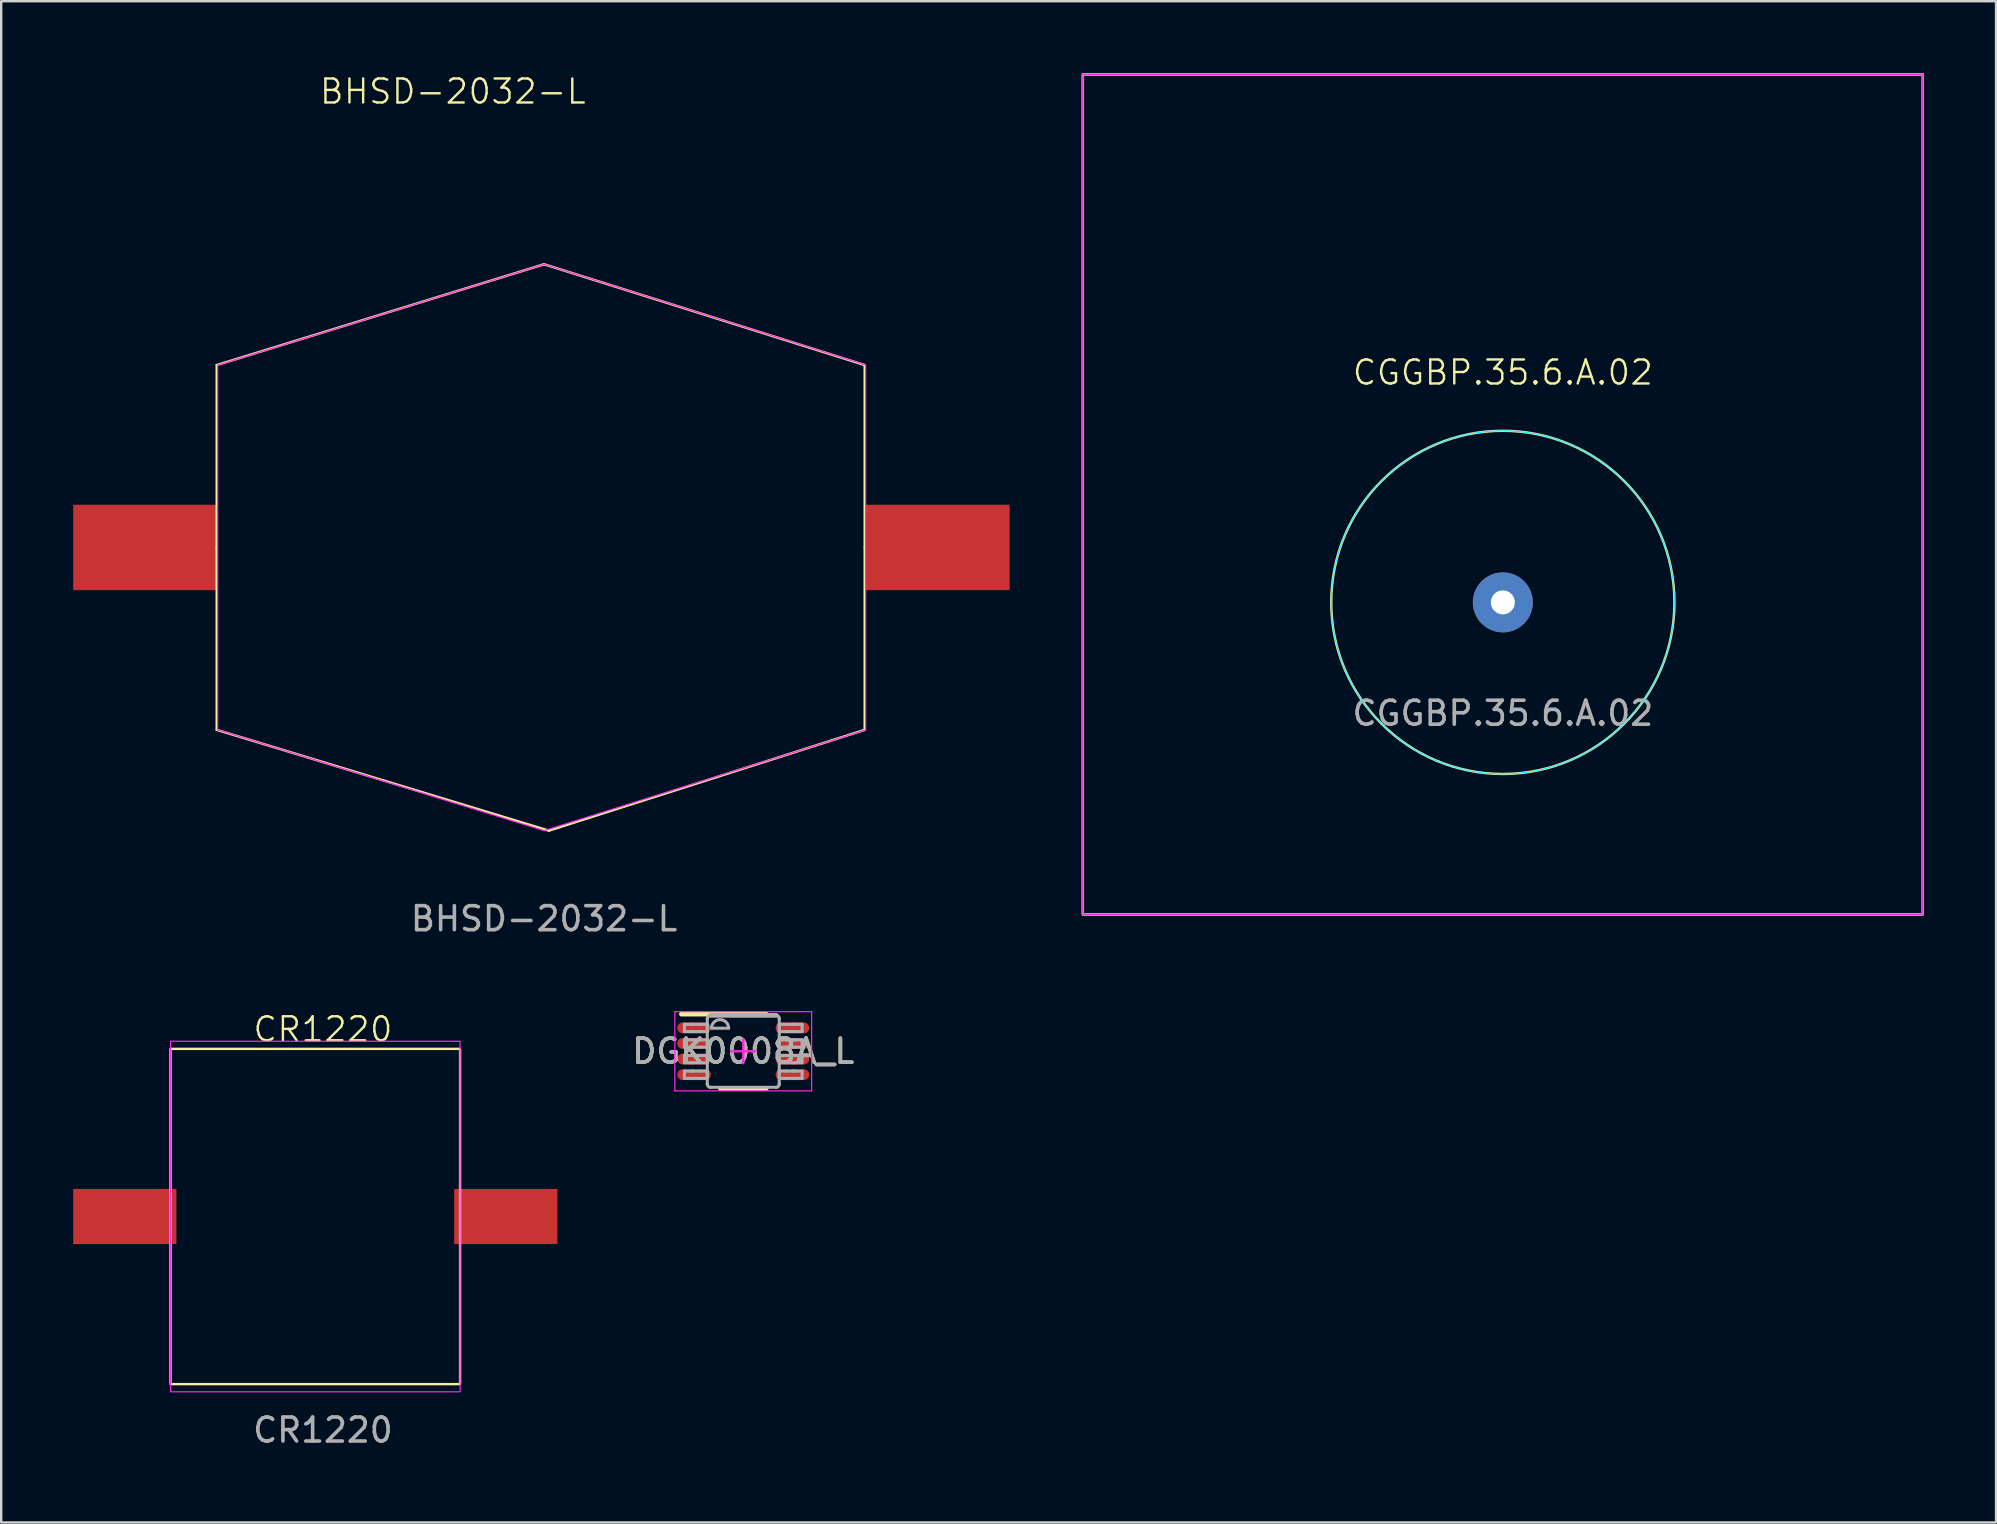
<source format=kicad_pcb>
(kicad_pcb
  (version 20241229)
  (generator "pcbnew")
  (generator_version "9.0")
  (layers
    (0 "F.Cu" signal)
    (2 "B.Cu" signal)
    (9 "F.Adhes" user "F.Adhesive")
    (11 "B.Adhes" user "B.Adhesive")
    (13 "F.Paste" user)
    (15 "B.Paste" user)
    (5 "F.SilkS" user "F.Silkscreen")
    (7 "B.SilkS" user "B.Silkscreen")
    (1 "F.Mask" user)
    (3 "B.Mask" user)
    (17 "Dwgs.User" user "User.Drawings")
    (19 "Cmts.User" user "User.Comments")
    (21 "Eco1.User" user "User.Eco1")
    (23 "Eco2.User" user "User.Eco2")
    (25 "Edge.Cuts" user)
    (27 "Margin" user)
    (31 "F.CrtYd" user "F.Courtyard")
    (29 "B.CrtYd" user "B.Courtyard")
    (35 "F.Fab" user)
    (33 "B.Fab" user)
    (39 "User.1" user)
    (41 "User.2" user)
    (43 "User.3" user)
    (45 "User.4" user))
  (footprint "BHSD-2032-L"
    (layer "F.Cu")
    (at 19.62 19.761)
    (property "Reference" "BHSD-2032-L" (at -3.8 -19 0) (unlocked yes) (layer "F.SilkS") (effects (font (size 1 1) (thickness 0.1))))
    (attr smd)
    (fp_line (start -13.64 -7.6) (end 0 -11.8) (stroke (width 0.1) (type default)) (layer "F.SilkS"))
    (fp_line (start -13.64 0) (end -13.64 -7.6) (stroke (width 0.1) (type default)) (layer "F.SilkS"))
    (fp_line (start -13.64 0) (end -13.64 7.6) (stroke (width 0.1) (type default)) (layer "F.SilkS"))
    (fp_line (start -13.64 7.6) (end 0.2 11.8) (stroke (width 0.1) (type default)) (layer "F.SilkS"))
    (fp_line (start 0 -11.8) (end 13.36 -7.6) (stroke (width 0.1) (type default)) (layer "F.SilkS"))
    (fp_line (start 0.2 11.8) (end 13.36 7.6) (stroke (width 0.1) (type default)) (layer "F.SilkS"))
    (fp_line (start 13.36 0) (end 13.36 -7.6) (stroke (width 0.1) (type default)) (layer "F.SilkS"))
    (fp_line (start 13.36 0) (end 13.36 7.6) (stroke (width 0.1) (type default)) (layer "F.SilkS"))
    (fp_line (start -13.6 -7.6) (end -13.6 7.6) (stroke (width 0.05) (type default)) (layer "F.CrtYd"))
    (fp_line (start -13.6 7.6) (end 0 11.8) (stroke (width 0.05) (type default)) (layer "F.CrtYd"))
    (fp_line (start 0 -11.8) (end -13.6 -7.6) (stroke (width 0.05) (type default)) (layer "F.CrtYd"))
    (fp_line (start 0 11.8) (end 13.4 7.6) (stroke (width 0.05) (type default)) (layer "F.CrtYd"))
    (fp_line (start 13.4 -7.6) (end 0 -11.8) (stroke (width 0.05) (type default)) (layer "F.CrtYd"))
    (fp_line (start 13.4 7.6) (end 13.4 -7.6) (stroke (width 0.05) (type default)) (layer "F.CrtYd"))
    (fp_text user "${REFERENCE}" (at 0 15.47 0) (unlocked yes) (layer "F.Fab") (effects (font (size 1 1) (thickness 0.15))))
    (pad "1" smd rect (at -16.62 0) (size 6 3.56) (layers "F.Cu" "F.Mask" "F.Paste"))
    (pad "2" smd rect (at 16.4 0) (size 6 3.56) (layers "F.Cu" "F.Mask" "F.Paste")))
  (footprint "DGK0008A_L"
    (layer "F.Cu")
    (at 27.919 40.754)
    (property "Reference" "DGK0008A_L" (at 0 0 0) (unlocked yes) (layer "F.SilkS") (effects (font (size 1 1) (thickness 0.15))))
    (attr smd)
    (fp_line (start -2.575 -1.55) (end 0.95 -1.55) (stroke (width 0.2) (type solid)) (layer "F.SilkS"))
    (fp_line (start -0.95 1.55) (end 0.95 1.55) (stroke (width 0.2) (type solid)) (layer "F.SilkS"))
    (fp_line (start -2.85 -1.65) (end 2.85 -1.65) (stroke (width 0.05) (type solid)) (layer "F.CrtYd"))
    (fp_line (start -2.85 1.65) (end -2.85 -1.65) (stroke (width 0.05) (type solid)) (layer "F.CrtYd"))
    (fp_line (start -2.85 1.65) (end 2.85 1.65) (stroke (width 0.05) (type solid)) (layer "F.CrtYd"))
    (fp_line (start -0.5 -0.000003) (end 0.5 -0.000003) (stroke (width 0.1) (type solid)) (layer "F.CrtYd"))
    (fp_line (start 0.000003 0.5) (end 0.000003 -0.5) (stroke (width 0.1) (type solid)) (layer "F.CrtYd"))
    (fp_line (start 2.85 1.65) (end 2.85 -1.65) (stroke (width 0.05) (type solid)) (layer "F.CrtYd"))
    (fp_line (start -2.45 -1.125) (end -2.21 -1.125) (stroke (width 0.127) (type solid)) (layer "F.Fab"))
    (fp_line (start -2.45 -0.82) (end -2.45 -1.125) (stroke (width 0.127) (type solid)) (layer "F.Fab"))
    (fp_line (start -2.45 -0.82) (end -2.21 -0.82) (stroke (width 0.127) (type solid)) (layer "F.Fab"))
    (fp_line (start -2.45 -0.475) (end -2.21 -0.475) (stroke (width 0.127) (type solid)) (layer "F.Fab"))
    (fp_line (start -2.45 -0.17) (end -2.45 -0.475) (stroke (width 0.127) (type solid)) (layer "F.Fab"))
    (fp_line (start -2.45 -0.17) (end -2.21 -0.17) (stroke (width 0.127) (type solid)) (layer "F.Fab"))
    (fp_line (start -2.45 0.175) (end -2.21 0.175) (stroke (width 0.127) (type solid)) (layer "F.Fab"))
    (fp_line (start -2.45 0.48) (end -2.45 0.175) (stroke (width 0.127) (type solid)) (layer "F.Fab"))
    (fp_line (start -2.45 0.48) (end -2.21 0.48) (stroke (width 0.127) (type solid)) (layer "F.Fab"))
    (fp_line (start -2.45 0.826) (end -2.21 0.826) (stroke (width 0.127) (type solid)) (layer "F.Fab"))
    (fp_line (start -2.45 1.131) (end -2.45 0.826) (stroke (width 0.127) (type solid)) (layer "F.Fab"))
    (fp_line (start -2.45 1.131) (end -2.21 1.131) (stroke (width 0.127) (type solid)) (layer "F.Fab"))
    (fp_line (start -2.21 -1.125) (end -2.091 -1.125) (stroke (width 0.127) (type solid)) (layer "F.Fab"))
    (fp_line (start -2.21 -0.82) (end -2.091 -0.82) (stroke (width 0.127) (type solid)) (layer "F.Fab"))
    (fp_line (start -2.21 -0.475) (end -2.091 -0.475) (stroke (width 0.127) (type solid)) (layer "F.Fab"))
    (fp_line (start -2.21 -0.17) (end -2.091 -0.17) (stroke (width 0.127) (type solid)) (layer "F.Fab"))
    (fp_line (start -2.21 0.175) (end -2.091 0.175) (stroke (width 0.127) (type solid)) (layer "F.Fab"))
    (fp_line (start -2.21 0.48) (end -2.091 0.48) (stroke (width 0.127) (type solid)) (layer "F.Fab"))
    (fp_line (start -2.21 0.826) (end -2.091 0.826) (stroke (width 0.127) (type solid)) (layer "F.Fab"))
    (fp_line (start -2.21 1.131) (end -2.091 1.131) (stroke (width 0.127) (type solid)) (layer "F.Fab"))
    (fp_line (start -2.091 -1.125) (end -2.087 -1.125) (stroke (width 0.127) (type solid)) (layer "F.Fab"))
    (fp_line (start -2.091 -0.82) (end -2.087 -0.82) (stroke (width 0.127) (type solid)) (layer "F.Fab"))
    (fp_line (start -2.091 -0.475) (end -2.087 -0.475) (stroke (width 0.127) (type solid)) (layer "F.Fab"))
    (fp_line (start -2.091 -0.17) (end -2.087 -0.17) (stroke (width 0.127) (type solid)) (layer "F.Fab"))
    (fp_line (start -2.091 0.175) (end -2.087 0.175) (stroke (width 0.127) (type solid)) (layer "F.Fab"))
    (fp_line (start -2.091 0.48) (end -2.087 0.48) (stroke (width 0.127) (type solid)) (layer "F.Fab"))
    (fp_line (start -2.091 0.826) (end -2.087 0.826) (stroke (width 0.127) (type solid)) (layer "F.Fab"))
    (fp_line (start -2.091 1.131) (end -2.087 1.131) (stroke (width 0.127) (type solid)) (layer "F.Fab"))
    (fp_line (start -2.087 -1.125) (end -1.784 -1.125) (stroke (width 0.127) (type solid)) (layer "F.Fab"))
    (fp_line (start -2.087 -0.82) (end -1.784 -0.82) (stroke (width 0.127) (type solid)) (layer "F.Fab"))
    (fp_line (start -2.087 -0.475) (end -1.784 -0.475) (stroke (width 0.127) (type solid)) (layer "F.Fab"))
    (fp_line (start -2.087 -0.17) (end -1.784 -0.17) (stroke (width 0.127) (type solid)) (layer "F.Fab"))
    (fp_line (start -2.087 0.175) (end -1.784 0.175) (stroke (width 0.127) (type solid)) (layer "F.Fab"))
    (fp_line (start -2.087 0.48) (end -1.784 0.48) (stroke (width 0.127) (type solid)) (layer "F.Fab"))
    (fp_line (start -2.087 0.826) (end -1.784 0.826) (stroke (width 0.127) (type solid)) (layer "F.Fab"))
    (fp_line (start -2.087 1.131) (end -1.784 1.131) (stroke (width 0.127) (type solid)) (layer "F.Fab"))
    (fp_line (start -1.784 -1.125) (end -1.498 -1.125) (stroke (width 0.127) (type solid)) (layer "F.Fab"))
    (fp_line (start -1.784 -0.82) (end -1.498 -0.82) (stroke (width 0.127) (type solid)) (layer "F.Fab"))
    (fp_line (start -1.784 -0.475) (end -1.498 -0.475) (stroke (width 0.127) (type solid)) (layer "F.Fab"))
    (fp_line (start -1.784 -0.17) (end -1.498 -0.17) (stroke (width 0.127) (type solid)) (layer "F.Fab"))
    (fp_line (start -1.784 0.175) (end -1.498 0.175) (stroke (width 0.127) (type solid)) (layer "F.Fab"))
    (fp_line (start -1.784 0.48) (end -1.498 0.48) (stroke (width 0.127) (type solid)) (layer "F.Fab"))
    (fp_line (start -1.784 0.826) (end -1.498 0.826) (stroke (width 0.127) (type solid)) (layer "F.Fab"))
    (fp_line (start -1.784 1.131) (end -1.498 1.131) (stroke (width 0.127) (type solid)) (layer "F.Fab"))
    (fp_line (start -1.498 -1.369) (end -1.497 -1.372) (stroke (width 0.127) (type solid)) (layer "F.Fab"))
    (fp_line (start -1.498 -0.82) (end -1.498 -1.125) (stroke (width 0.127) (type solid)) (layer "F.Fab"))
    (fp_line (start -1.498 -0.17) (end -1.498 -0.475) (stroke (width 0.127) (type solid)) (layer "F.Fab"))
    (fp_line (start -1.498 0.48) (end -1.498 0.175) (stroke (width 0.127) (type solid)) (layer "F.Fab"))
    (fp_line (start -1.498 1.131) (end -1.498 0.826) (stroke (width 0.127) (type solid)) (layer "F.Fab"))
    (fp_line (start -1.498 1.374) (end -1.498 -1.369) (stroke (width 0.127) (type solid)) (layer "F.Fab"))
    (fp_line (start -1.498 1.374) (end -1.497 1.377) (stroke (width 0.127) (type solid)) (layer "F.Fab"))
    (fp_line (start -1.373 -1.496) (end -1.371 -1.496) (stroke (width 0.127) (type solid)) (layer "F.Fab"))
    (fp_line (start -1.373 1.501) (end -1.371 1.501) (stroke (width 0.127) (type solid)) (layer "F.Fab"))
    (fp_line (start -1.371 -1.496) (end 1.373 -1.496) (stroke (width 0.2) (type solid)) (layer "F.Fab"))
    (fp_line (start -1.371 1.501) (end 1.373 1.501) (stroke (width 0.127) (type solid)) (layer "F.Fab"))
    (fp_line (start -1.32 -0.962) (end -0.609 -0.962) (stroke (width 0.127) (type solid)) (layer "F.Fab"))
    (fp_line (start 1.373 -1.496) (end 1.375 -1.496) (stroke (width 0.127) (type solid)) (layer "F.Fab"))
    (fp_line (start 1.373 1.501) (end 1.375 1.501) (stroke (width 0.127) (type solid)) (layer "F.Fab"))
    (fp_line (start 1.5 -1.372) (end 1.5 -1.369) (stroke (width 0.127) (type solid)) (layer "F.Fab"))
    (fp_line (start 1.5 1.377) (end 1.5 1.374) (stroke (width 0.127) (type solid)) (layer "F.Fab"))
    (fp_line (start 1.5 -1.125) (end 1.786 -1.125) (stroke (width 0.127) (type solid)) (layer "F.Fab"))
    (fp_line (start 1.5 -0.82) (end 1.5 -1.125) (stroke (width 0.127) (type solid)) (layer "F.Fab"))
    (fp_line (start 1.5 -0.82) (end 1.786 -0.82) (stroke (width 0.127) (type solid)) (layer "F.Fab"))
    (fp_line (start 1.5 -0.475) (end 1.786 -0.475) (stroke (width 0.127) (type solid)) (layer "F.Fab"))
    (fp_line (start 1.5 -0.17) (end 1.5 -0.475) (stroke (width 0.127) (type solid)) (layer "F.Fab"))
    (fp_line (start 1.5 -0.17) (end 1.786 -0.17) (stroke (width 0.127) (type solid)) (layer "F.Fab"))
    (fp_line (start 1.5 0.175) (end 1.786 0.175) (stroke (width 0.127) (type solid)) (layer "F.Fab"))
    (fp_line (start 1.5 0.48) (end 1.5 0.175) (stroke (width 0.127) (type solid)) (layer "F.Fab"))
    (fp_line (start 1.5 0.48) (end 1.786 0.48) (stroke (width 0.127) (type solid)) (layer "F.Fab"))
    (fp_line (start 1.5 0.826) (end 1.786 0.826) (stroke (width 0.127) (type solid)) (layer "F.Fab"))
    (fp_line (start 1.5 1.131) (end 1.5 0.826) (stroke (width 0.127) (type solid)) (layer "F.Fab"))
    (fp_line (start 1.5 1.131) (end 1.786 1.131) (stroke (width 0.127) (type solid)) (layer "F.Fab"))
    (fp_line (start 1.5 1.374) (end 1.5 -1.369) (stroke (width 0.127) (type solid)) (layer "F.Fab"))
    (fp_line (start 1.786 -1.125) (end 2.089 -1.125) (stroke (width 0.127) (type solid)) (layer "F.Fab"))
    (fp_line (start 1.786 -0.82) (end 2.089 -0.82) (stroke (width 0.127) (type solid)) (layer "F.Fab"))
    (fp_line (start 1.786 -0.475) (end 2.089 -0.475) (stroke (width 0.127) (type solid)) (layer "F.Fab"))
    (fp_line (start 1.786 -0.17) (end 2.089 -0.17) (stroke (width 0.127) (type solid)) (layer "F.Fab"))
    (fp_line (start 1.786 0.175) (end 2.089 0.175) (stroke (width 0.127) (type solid)) (layer "F.Fab"))
    (fp_line (start 1.786 0.48) (end 2.089 0.48) (stroke (width 0.127) (type solid)) (layer "F.Fab"))
    (fp_line (start 1.786 0.826) (end 2.089 0.826) (stroke (width 0.127) (type solid)) (layer "F.Fab"))
    (fp_line (start 1.786 1.131) (end 2.089 1.131) (stroke (width 0.127) (type solid)) (layer "F.Fab"))
    (fp_line (start 2.089 -1.125) (end 2.093 -1.125) (stroke (width 0.127) (type solid)) (layer "F.Fab"))
    (fp_line (start 2.089 -0.82) (end 2.093 -0.82) (stroke (width 0.127) (type solid)) (layer "F.Fab"))
    (fp_line (start 2.089 -0.475) (end 2.093 -0.475) (stroke (width 0.127) (type solid)) (layer "F.Fab"))
    (fp_line (start 2.089 -0.17) (end 2.093 -0.17) (stroke (width 0.127) (type solid)) (layer "F.Fab"))
    (fp_line (start 2.089 0.175) (end 2.093 0.175) (stroke (width 0.127) (type solid)) (layer "F.Fab"))
    (fp_line (start 2.089 0.48) (end 2.093 0.48) (stroke (width 0.127) (type solid)) (layer "F.Fab"))
    (fp_line (start 2.089 0.826) (end 2.093 0.826) (stroke (width 0.127) (type solid)) (layer "F.Fab"))
    (fp_line (start 2.089 1.131) (end 2.093 1.131) (stroke (width 0.127) (type solid)) (layer "F.Fab"))
    (fp_line (start 2.093 -1.125) (end 2.213 -1.125) (stroke (width 0.127) (type solid)) (layer "F.Fab"))
    (fp_line (start 2.093 -0.82) (end 2.213 -0.82) (stroke (width 0.127) (type solid)) (layer "F.Fab"))
    (fp_line (start 2.093 -0.475) (end 2.213 -0.475) (stroke (width 0.127) (type solid)) (layer "F.Fab"))
    (fp_line (start 2.093 -0.17) (end 2.213 -0.17) (stroke (width 0.127) (type solid)) (layer "F.Fab"))
    (fp_line (start 2.093 0.175) (end 2.213 0.175) (stroke (width 0.127) (type solid)) (layer "F.Fab"))
    (fp_line (start 2.093 0.48) (end 2.213 0.48) (stroke (width 0.127) (type solid)) (layer "F.Fab"))
    (fp_line (start 2.093 0.826) (end 2.213 0.826) (stroke (width 0.127) (type solid)) (layer "F.Fab"))
    (fp_line (start 2.093 1.131) (end 2.213 1.131) (stroke (width 0.127) (type solid)) (layer "F.Fab"))
    (fp_line (start 2.213 -1.125) (end 2.452 -1.125) (stroke (width 0.127) (type solid)) (layer "F.Fab"))
    (fp_line (start 2.213 -0.82) (end 2.452 -0.82) (stroke (width 0.127) (type solid)) (layer "F.Fab"))
    (fp_line (start 2.213 -0.475) (end 2.452 -0.475) (stroke (width 0.127) (type solid)) (layer "F.Fab"))
    (fp_line (start 2.213 -0.17) (end 2.452 -0.17) (stroke (width 0.127) (type solid)) (layer "F.Fab"))
    (fp_line (start 2.213 0.175) (end 2.452 0.175) (stroke (width 0.127) (type solid)) (layer "F.Fab"))
    (fp_line (start 2.213 0.48) (end 2.452 0.48) (stroke (width 0.127) (type solid)) (layer "F.Fab"))
    (fp_line (start 2.213 0.826) (end 2.452 0.826) (stroke (width 0.127) (type solid)) (layer "F.Fab"))
    (fp_line (start 2.213 1.131) (end 2.452 1.131) (stroke (width 0.127) (type solid)) (layer "F.Fab"))
    (fp_line (start 2.452 -0.82) (end 2.452 -1.125) (stroke (width 0.127) (type solid)) (layer "F.Fab"))
    (fp_line (start 2.452 -0.17) (end 2.452 -0.475) (stroke (width 0.127) (type solid)) (layer "F.Fab"))
    (fp_line (start 2.452 0.48) (end 2.452 0.175) (stroke (width 0.127) (type solid)) (layer "F.Fab"))
    (fp_line (start 2.452 1.131) (end 2.452 0.826) (stroke (width 0.127) (type solid)) (layer "F.Fab"))
    (fp_arc (start -1.497476 -1.371582) (mid -1.460306 -1.458644) (end -1.373243 -1.495814) (stroke (width 0.127) (type solid)) (layer "F.Fab"))
    (fp_arc (start -1.373243 1.501336) (mid -1.460306 1.464166) (end -1.497476 1.377104) (stroke (width 0.127) (type solid)) (layer "F.Fab"))
    (fp_arc (start -1.3197 -0.962439) (mid -0.9641 -1.318039) (end -0.6085 -0.962439) (stroke (width 0.127) (type solid)) (layer "F.Fab"))
    (fp_arc (start 1.375443 -1.495814) (mid 1.462505 -1.458644) (end 1.499675 -1.371582) (stroke (width 0.127) (type solid)) (layer "F.Fab"))
    (fp_arc (start 1.499675 1.377104) (mid 1.462505 1.464166) (end 1.375443 1.501336) (stroke (width 0.127) (type solid)) (layer "F.Fab"))
    (fp_text user "${REFERENCE}" (at 0 0 0) (unlocked yes) (layer "F.Fab") (effects (font (size 1 1) (thickness 0.15))))
    (pad "1" smd oval (at -2.05 -0.975 90) (size 0.45 1.4) (layers "F.Cu" "F.Mask" "F.Paste"))
    (pad "2" smd oval (at -2.05 -0.325 90) (size 0.45 1.4) (layers "F.Cu" "F.Mask" "F.Paste"))
    (pad "3" smd oval (at -2.05 0.325 90) (size 0.45 1.4) (layers "F.Cu" "F.Mask" "F.Paste"))
    (pad "4" smd oval (at -2.05 0.975 90) (size 0.45 1.4) (layers "F.Cu" "F.Mask" "F.Paste"))
    (pad "5" smd oval (at 2.05 0.975 90) (size 0.45 1.4) (layers "F.Cu" "F.Mask" "F.Paste"))
    (pad "6" smd oval (at 2.05 0.325 90) (size 0.45 1.4) (layers "F.Cu" "F.Mask" "F.Paste"))
    (pad "7" smd oval (at 2.05 -0.325 90) (size 0.45 1.4) (layers "F.Cu" "F.Mask" "F.Paste"))
    (pad "8" smd oval (at 2.05 -0.975 90) (size 0.45 1.4) (layers "F.Cu" "F.Mask" "F.Paste")))
  (footprint "CR1220"
    (layer "F.Cu")
    (at 10.405 47.639)
    (property "Reference" "CR1220" (at 0 -7.8 0) (unlocked yes) (layer "F.SilkS") (effects (font (size 1 1) (thickness 0.1))))
    (attr smd)
    (fp_rect (start -6.35 -6.985) (end 5.715 6.985) (stroke (width 0.1) (type default)) (fill no) (layer "F.SilkS"))
    (fp_rect (start -6.35 -7.303) (end 5.715 7.303) (stroke (width 0.05) (type default)) (fill no) (layer "F.CrtYd"))
    (fp_text user "${REFERENCE}" (at 0 8.9 0) (unlocked yes) (layer "F.Fab") (effects (font (size 1 1) (thickness 0.15))))
    (pad "1" smd rect (at -8.255 0) (size 4.3 2.3) (layers "F.Cu" "F.Mask" "F.Paste"))
    (pad "2" smd rect (at 7.62 0) (size 4.3 2.3) (layers "F.Cu" "F.Mask" "F.Paste")))
  (footprint "CGGBP.35.6.A.02"
    (layer "F.Cu")
    (at 59.57 17.55)
    (property "Reference" "CGGBP.35.6.A.02" (at 0 -5.08 0) (unlocked yes) (layer "F.SilkS") (effects (font (size 1 1) (thickness 0.1))))
    (attr through_hole)
    (fp_rect (start -17.5 -17.5) (end 17.5 17.5) (stroke (width 0.1) (type default)) (fill no) (layer "F.SilkS"))
    (fp_circle (center 0 4.5) (end 7.15 4.5) (stroke (width 0.1) (type default)) (fill no) (layer "F.SilkS"))
    (fp_circle (center 0 4.5) (end 7.15 4.5) (stroke (width 0.05) (type default)) (fill no) (layer "B.CrtYd"))
    (fp_rect (start -17.5 -17.5) (end 17.5 17.5) (stroke (width 0.05) (type default)) (fill no) (layer "F.CrtYd"))
    (fp_rect (start -17.5 -17.5) (end 17.5 17.5) (stroke (width 0.1) (type default)) (fill no) (layer "F.Fab"))
    (fp_text user "${REFERENCE}" (at 0 9.12 0) (unlocked yes) (layer "F.Fab") (effects (font (size 1 1) (thickness 0.15))))
    (pad "1" thru_hole circle (at 0 4.5) (size 2.5 2.5) (drill 1) (layers "*.Cu" "B.Mask")))
  (gr_rect
    (start -3 -3)
    (end 80.12 60.388)
    (stroke (width 0.1) (type default))
    (fill no)
    (layer "Edge.Cuts")))
</source>
